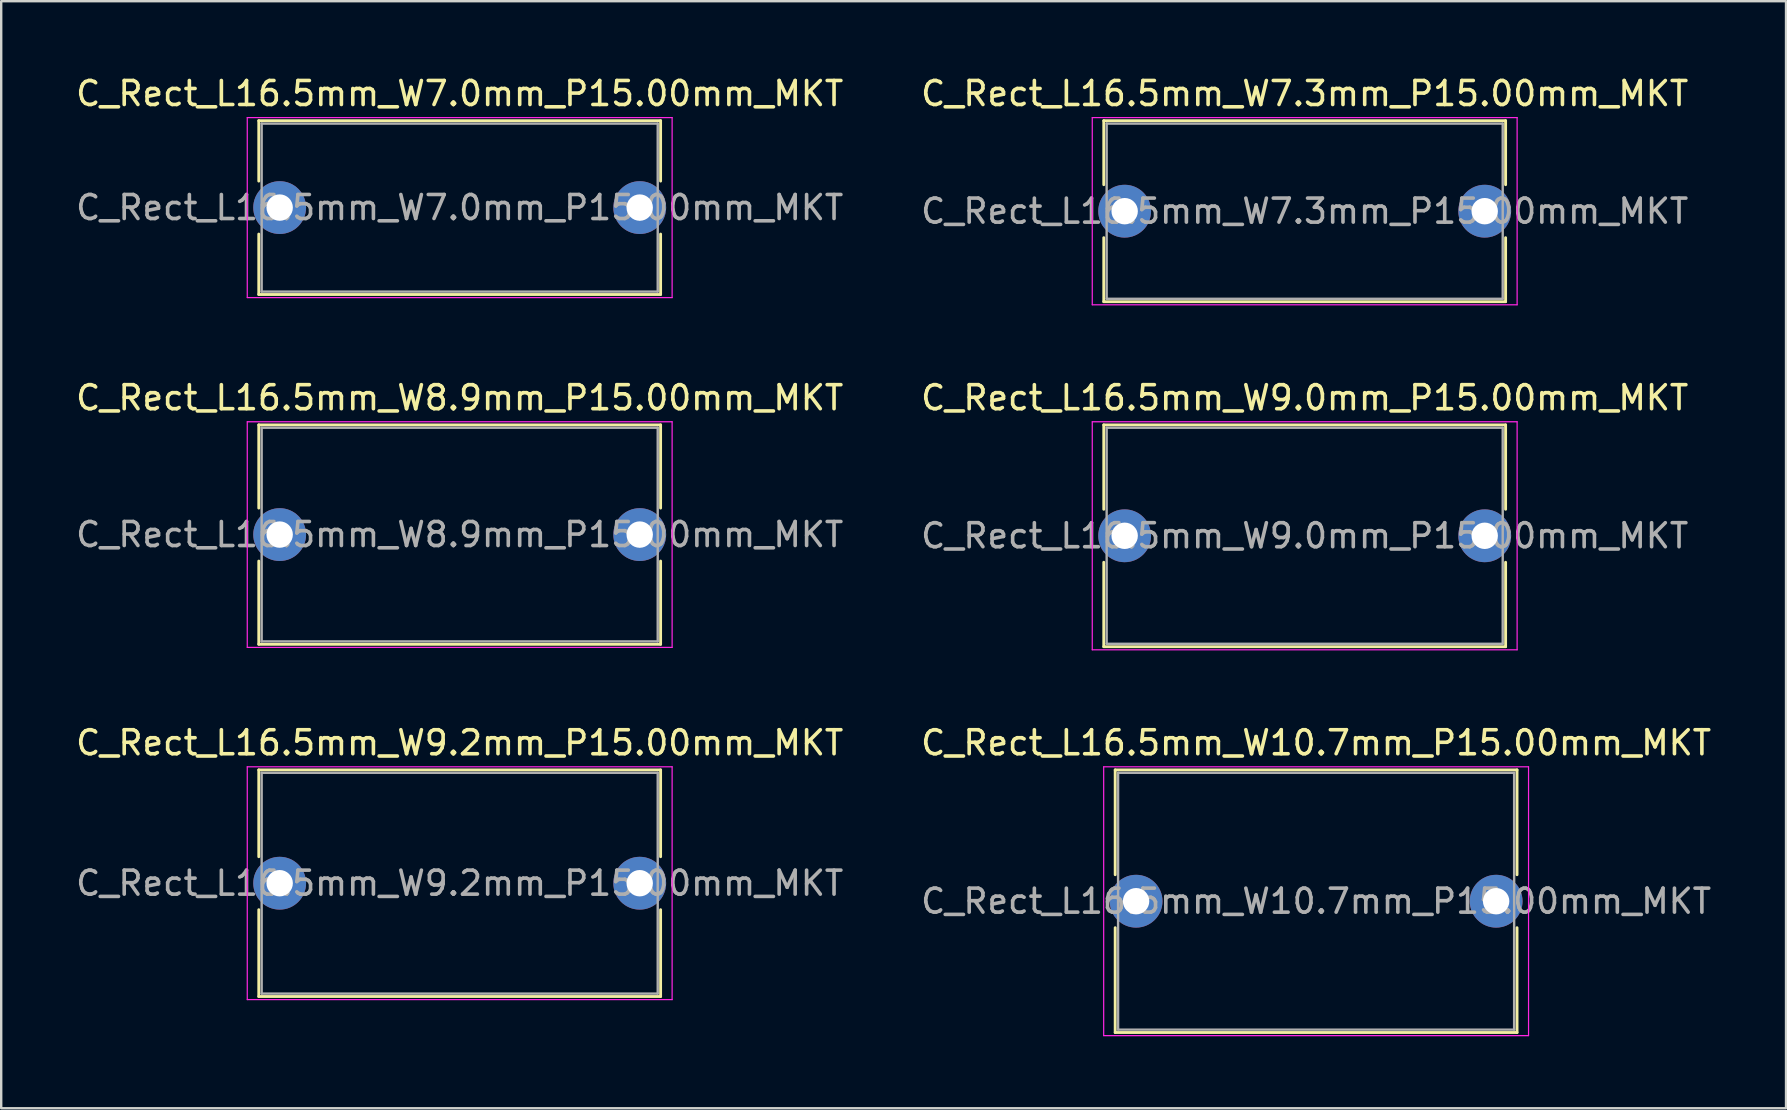
<source format=kicad_pcb>
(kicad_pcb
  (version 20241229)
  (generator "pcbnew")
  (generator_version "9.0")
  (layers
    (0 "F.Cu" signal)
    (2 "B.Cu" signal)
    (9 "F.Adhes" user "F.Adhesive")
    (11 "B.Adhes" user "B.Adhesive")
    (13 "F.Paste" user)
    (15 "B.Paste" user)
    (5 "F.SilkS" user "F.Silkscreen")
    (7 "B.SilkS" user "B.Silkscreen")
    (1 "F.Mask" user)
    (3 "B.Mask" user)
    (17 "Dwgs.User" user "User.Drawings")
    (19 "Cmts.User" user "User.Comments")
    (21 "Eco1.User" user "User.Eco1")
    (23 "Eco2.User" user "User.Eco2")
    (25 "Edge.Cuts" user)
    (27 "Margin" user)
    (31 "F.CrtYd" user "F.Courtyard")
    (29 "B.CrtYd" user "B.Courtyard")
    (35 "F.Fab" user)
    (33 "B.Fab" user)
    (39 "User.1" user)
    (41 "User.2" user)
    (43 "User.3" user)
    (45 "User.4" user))
  (footprint "C_Rect_L16.5mm_W7.3mm_P15.00mm_MKT"
    (layer "F.Cu")
    (at 43.804 5.748)
    (property "Reference" "C_Rect_L16.5mm_W7.3mm_P15.00mm_MKT" (at 7.5 -4.9 0) (layer "F.SilkS") (effects (font (size 1 1) (thickness 0.15))))
    (attr through_hole)
    (fp_line (start -0.87 -3.77) (end -0.87 -1.104) (stroke (width 0.12) (type solid)) (layer "F.SilkS"))
    (fp_line (start -0.87 -3.77) (end 15.87 -3.77) (stroke (width 0.12) (type solid)) (layer "F.SilkS"))
    (fp_line (start -0.87 1.104) (end -0.87 3.77) (stroke (width 0.12) (type solid)) (layer "F.SilkS"))
    (fp_line (start -0.87 3.77) (end 15.87 3.77) (stroke (width 0.12) (type solid)) (layer "F.SilkS"))
    (fp_line (start 15.87 -3.77) (end 15.87 -1.104) (stroke (width 0.12) (type solid)) (layer "F.SilkS"))
    (fp_line (start 15.87 1.104) (end 15.87 3.77) (stroke (width 0.12) (type solid)) (layer "F.SilkS"))
    (fp_line (start -1.35 -3.9) (end -1.35 3.9) (stroke (width 0.05) (type solid)) (layer "F.CrtYd"))
    (fp_line (start -1.35 3.9) (end 16.35 3.9) (stroke (width 0.05) (type solid)) (layer "F.CrtYd"))
    (fp_line (start 16.35 -3.9) (end -1.35 -3.9) (stroke (width 0.05) (type solid)) (layer "F.CrtYd"))
    (fp_line (start 16.35 3.9) (end 16.35 -3.9) (stroke (width 0.05) (type solid)) (layer "F.CrtYd"))
    (fp_line (start -0.75 -3.65) (end -0.75 3.65) (stroke (width 0.1) (type solid)) (layer "F.Fab"))
    (fp_line (start -0.75 3.65) (end 15.75 3.65) (stroke (width 0.1) (type solid)) (layer "F.Fab"))
    (fp_line (start 15.75 -3.65) (end -0.75 -3.65) (stroke (width 0.1) (type solid)) (layer "F.Fab"))
    (fp_line (start 15.75 3.65) (end 15.75 -3.65) (stroke (width 0.1) (type solid)) (layer "F.Fab"))
    (fp_text user "${REFERENCE}" (at 7.5 0 0) (layer "F.Fab") (effects (font (size 1 1) (thickness 0.15))))
    (pad "1" thru_hole circle (at 0 0) (size 2.2 2.2) (drill 1.1) (layers "*.Cu" "*.Mask"))
    (pad "2" thru_hole circle (at 15 0) (size 2.2 2.2) (drill 1.1) (layers "*.Cu" "*.Mask")))
  (footprint "C_Rect_L16.5mm_W9.2mm_P15.00mm_MKT"
    (layer "F.Cu")
    (at 8.601 33.745)
    (property "Reference" "C_Rect_L16.5mm_W9.2mm_P15.00mm_MKT" (at 7.5 -5.85 0) (layer "F.SilkS") (effects (font (size 1 1) (thickness 0.15))))
    (attr through_hole)
    (fp_line (start -0.87 -4.72) (end -0.87 -1.104) (stroke (width 0.12) (type solid)) (layer "F.SilkS"))
    (fp_line (start -0.87 -4.72) (end 15.87 -4.72) (stroke (width 0.12) (type solid)) (layer "F.SilkS"))
    (fp_line (start -0.87 1.104) (end -0.87 4.72) (stroke (width 0.12) (type solid)) (layer "F.SilkS"))
    (fp_line (start -0.87 4.72) (end 15.87 4.72) (stroke (width 0.12) (type solid)) (layer "F.SilkS"))
    (fp_line (start 15.87 -4.72) (end 15.87 -1.104) (stroke (width 0.12) (type solid)) (layer "F.SilkS"))
    (fp_line (start 15.87 1.104) (end 15.87 4.72) (stroke (width 0.12) (type solid)) (layer "F.SilkS"))
    (fp_line (start -1.35 -4.85) (end -1.35 4.85) (stroke (width 0.05) (type solid)) (layer "F.CrtYd"))
    (fp_line (start -1.35 4.85) (end 16.35 4.85) (stroke (width 0.05) (type solid)) (layer "F.CrtYd"))
    (fp_line (start 16.35 -4.85) (end -1.35 -4.85) (stroke (width 0.05) (type solid)) (layer "F.CrtYd"))
    (fp_line (start 16.35 4.85) (end 16.35 -4.85) (stroke (width 0.05) (type solid)) (layer "F.CrtYd"))
    (fp_line (start -0.75 -4.6) (end -0.75 4.6) (stroke (width 0.1) (type solid)) (layer "F.Fab"))
    (fp_line (start -0.75 4.6) (end 15.75 4.6) (stroke (width 0.1) (type solid)) (layer "F.Fab"))
    (fp_line (start 15.75 -4.6) (end -0.75 -4.6) (stroke (width 0.1) (type solid)) (layer "F.Fab"))
    (fp_line (start 15.75 4.6) (end 15.75 -4.6) (stroke (width 0.1) (type solid)) (layer "F.Fab"))
    (fp_text user "${REFERENCE}" (at 7.5 0 0) (layer "F.Fab") (effects (font (size 1 1) (thickness 0.15))))
    (pad "1" thru_hole circle (at 0 0) (size 2.2 2.2) (drill 1.1) (layers "*.Cu" "*.Mask"))
    (pad "2" thru_hole circle (at 15 0) (size 2.2 2.2) (drill 1.1) (layers "*.Cu" "*.Mask")))
  (footprint "C_Rect_L16.5mm_W7.0mm_P15.00mm_MKT"
    (layer "F.Cu")
    (at 8.601 5.598)
    (property "Reference" "C_Rect_L16.5mm_W7.0mm_P15.00mm_MKT" (at 7.5 -4.75 0) (layer "F.SilkS") (effects (font (size 1 1) (thickness 0.15))))
    (attr through_hole)
    (fp_line (start -0.87 -3.62) (end -0.87 -1.104) (stroke (width 0.12) (type solid)) (layer "F.SilkS"))
    (fp_line (start -0.87 -3.62) (end 15.87 -3.62) (stroke (width 0.12) (type solid)) (layer "F.SilkS"))
    (fp_line (start -0.87 1.104) (end -0.87 3.62) (stroke (width 0.12) (type solid)) (layer "F.SilkS"))
    (fp_line (start -0.87 3.62) (end 15.87 3.62) (stroke (width 0.12) (type solid)) (layer "F.SilkS"))
    (fp_line (start 15.87 -3.62) (end 15.87 -1.104) (stroke (width 0.12) (type solid)) (layer "F.SilkS"))
    (fp_line (start 15.87 1.104) (end 15.87 3.62) (stroke (width 0.12) (type solid)) (layer "F.SilkS"))
    (fp_line (start -1.35 -3.75) (end -1.35 3.75) (stroke (width 0.05) (type solid)) (layer "F.CrtYd"))
    (fp_line (start -1.35 3.75) (end 16.35 3.75) (stroke (width 0.05) (type solid)) (layer "F.CrtYd"))
    (fp_line (start 16.35 -3.75) (end -1.35 -3.75) (stroke (width 0.05) (type solid)) (layer "F.CrtYd"))
    (fp_line (start 16.35 3.75) (end 16.35 -3.75) (stroke (width 0.05) (type solid)) (layer "F.CrtYd"))
    (fp_line (start -0.75 -3.5) (end -0.75 3.5) (stroke (width 0.1) (type solid)) (layer "F.Fab"))
    (fp_line (start -0.75 3.5) (end 15.75 3.5) (stroke (width 0.1) (type solid)) (layer "F.Fab"))
    (fp_line (start 15.75 -3.5) (end -0.75 -3.5) (stroke (width 0.1) (type solid)) (layer "F.Fab"))
    (fp_line (start 15.75 3.5) (end 15.75 -3.5) (stroke (width 0.1) (type solid)) (layer "F.Fab"))
    (fp_text user "${REFERENCE}" (at 7.5 0 0) (layer "F.Fab") (effects (font (size 1 1) (thickness 0.15))))
    (pad "1" thru_hole circle (at 0 0) (size 2.2 2.2) (drill 1.1) (layers "*.Cu" "*.Mask"))
    (pad "2" thru_hole circle (at 15 0) (size 2.2 2.2) (drill 1.1) (layers "*.Cu" "*.Mask")))
  (footprint "C_Rect_L16.5mm_W10.7mm_P15.00mm_MKT"
    (layer "F.Cu")
    (at 44.28 34.495)
    (property "Reference" "C_Rect_L16.5mm_W10.7mm_P15.00mm_MKT" (at 7.5 -6.6 0) (layer "F.SilkS") (effects (font (size 1 1) (thickness 0.15))))
    (attr through_hole)
    (fp_line (start -0.87 -5.47) (end -0.87 -1.104) (stroke (width 0.12) (type solid)) (layer "F.SilkS"))
    (fp_line (start -0.87 -5.47) (end 15.87 -5.47) (stroke (width 0.12) (type solid)) (layer "F.SilkS"))
    (fp_line (start -0.87 1.104) (end -0.87 5.47) (stroke (width 0.12) (type solid)) (layer "F.SilkS"))
    (fp_line (start -0.87 5.47) (end 15.87 5.47) (stroke (width 0.12) (type solid)) (layer "F.SilkS"))
    (fp_line (start 15.87 -5.47) (end 15.87 -1.104) (stroke (width 0.12) (type solid)) (layer "F.SilkS"))
    (fp_line (start 15.87 1.104) (end 15.87 5.47) (stroke (width 0.12) (type solid)) (layer "F.SilkS"))
    (fp_line (start -1.35 -5.6) (end -1.35 5.6) (stroke (width 0.05) (type solid)) (layer "F.CrtYd"))
    (fp_line (start -1.35 5.6) (end 16.35 5.6) (stroke (width 0.05) (type solid)) (layer "F.CrtYd"))
    (fp_line (start 16.35 -5.6) (end -1.35 -5.6) (stroke (width 0.05) (type solid)) (layer "F.CrtYd"))
    (fp_line (start 16.35 5.6) (end 16.35 -5.6) (stroke (width 0.05) (type solid)) (layer "F.CrtYd"))
    (fp_line (start -0.75 -5.35) (end -0.75 5.35) (stroke (width 0.1) (type solid)) (layer "F.Fab"))
    (fp_line (start -0.75 5.35) (end 15.75 5.35) (stroke (width 0.1) (type solid)) (layer "F.Fab"))
    (fp_line (start 15.75 -5.35) (end -0.75 -5.35) (stroke (width 0.1) (type solid)) (layer "F.Fab"))
    (fp_line (start 15.75 5.35) (end 15.75 -5.35) (stroke (width 0.1) (type solid)) (layer "F.Fab"))
    (fp_text user "${REFERENCE}" (at 7.5 0 0) (layer "F.Fab") (effects (font (size 1 1) (thickness 0.15))))
    (pad "1" thru_hole circle (at 0 0) (size 2.2 2.2) (drill 1.1) (layers "*.Cu" "*.Mask"))
    (pad "2" thru_hole circle (at 15 0) (size 2.2 2.2) (drill 1.1) (layers "*.Cu" "*.Mask")))
  (footprint "C_Rect_L16.5mm_W9.0mm_P15.00mm_MKT"
    (layer "F.Cu")
    (at 43.804 19.271)
    (property "Reference" "C_Rect_L16.5mm_W9.0mm_P15.00mm_MKT" (at 7.5 -5.75 0) (layer "F.SilkS") (effects (font (size 1 1) (thickness 0.15))))
    (attr through_hole)
    (fp_line (start -0.87 -4.62) (end -0.87 -1.104) (stroke (width 0.12) (type solid)) (layer "F.SilkS"))
    (fp_line (start -0.87 -4.62) (end 15.87 -4.62) (stroke (width 0.12) (type solid)) (layer "F.SilkS"))
    (fp_line (start -0.87 1.104) (end -0.87 4.62) (stroke (width 0.12) (type solid)) (layer "F.SilkS"))
    (fp_line (start -0.87 4.62) (end 15.87 4.62) (stroke (width 0.12) (type solid)) (layer "F.SilkS"))
    (fp_line (start 15.87 -4.62) (end 15.87 -1.104) (stroke (width 0.12) (type solid)) (layer "F.SilkS"))
    (fp_line (start 15.87 1.104) (end 15.87 4.62) (stroke (width 0.12) (type solid)) (layer "F.SilkS"))
    (fp_line (start -1.35 -4.75) (end -1.35 4.75) (stroke (width 0.05) (type solid)) (layer "F.CrtYd"))
    (fp_line (start -1.35 4.75) (end 16.35 4.75) (stroke (width 0.05) (type solid)) (layer "F.CrtYd"))
    (fp_line (start 16.35 -4.75) (end -1.35 -4.75) (stroke (width 0.05) (type solid)) (layer "F.CrtYd"))
    (fp_line (start 16.35 4.75) (end 16.35 -4.75) (stroke (width 0.05) (type solid)) (layer "F.CrtYd"))
    (fp_line (start -0.75 -4.5) (end -0.75 4.5) (stroke (width 0.1) (type solid)) (layer "F.Fab"))
    (fp_line (start -0.75 4.5) (end 15.75 4.5) (stroke (width 0.1) (type solid)) (layer "F.Fab"))
    (fp_line (start 15.75 -4.5) (end -0.75 -4.5) (stroke (width 0.1) (type solid)) (layer "F.Fab"))
    (fp_line (start 15.75 4.5) (end 15.75 -4.5) (stroke (width 0.1) (type solid)) (layer "F.Fab"))
    (fp_text user "${REFERENCE}" (at 7.5 0 0) (layer "F.Fab") (effects (font (size 1 1) (thickness 0.15))))
    (pad "1" thru_hole circle (at 0 0) (size 2.2 2.2) (drill 1.1) (layers "*.Cu" "*.Mask"))
    (pad "2" thru_hole circle (at 15 0) (size 2.2 2.2) (drill 1.1) (layers "*.Cu" "*.Mask")))
  (footprint "C_Rect_L16.5mm_W8.9mm_P15.00mm_MKT"
    (layer "F.Cu")
    (at 8.601 19.221)
    (property "Reference" "C_Rect_L16.5mm_W8.9mm_P15.00mm_MKT" (at 7.5 -5.7 0) (layer "F.SilkS") (effects (font (size 1 1) (thickness 0.15))))
    (attr through_hole)
    (fp_line (start -0.87 -4.57) (end -0.87 -1.104) (stroke (width 0.12) (type solid)) (layer "F.SilkS"))
    (fp_line (start -0.87 -4.57) (end 15.87 -4.57) (stroke (width 0.12) (type solid)) (layer "F.SilkS"))
    (fp_line (start -0.87 1.104) (end -0.87 4.57) (stroke (width 0.12) (type solid)) (layer "F.SilkS"))
    (fp_line (start -0.87 4.57) (end 15.87 4.57) (stroke (width 0.12) (type solid)) (layer "F.SilkS"))
    (fp_line (start 15.87 -4.57) (end 15.87 -1.104) (stroke (width 0.12) (type solid)) (layer "F.SilkS"))
    (fp_line (start 15.87 1.104) (end 15.87 4.57) (stroke (width 0.12) (type solid)) (layer "F.SilkS"))
    (fp_line (start -1.35 -4.7) (end -1.35 4.7) (stroke (width 0.05) (type solid)) (layer "F.CrtYd"))
    (fp_line (start -1.35 4.7) (end 16.35 4.7) (stroke (width 0.05) (type solid)) (layer "F.CrtYd"))
    (fp_line (start 16.35 -4.7) (end -1.35 -4.7) (stroke (width 0.05) (type solid)) (layer "F.CrtYd"))
    (fp_line (start 16.35 4.7) (end 16.35 -4.7) (stroke (width 0.05) (type solid)) (layer "F.CrtYd"))
    (fp_line (start -0.75 -4.45) (end -0.75 4.45) (stroke (width 0.1) (type solid)) (layer "F.Fab"))
    (fp_line (start -0.75 4.45) (end 15.75 4.45) (stroke (width 0.1) (type solid)) (layer "F.Fab"))
    (fp_line (start 15.75 -4.45) (end -0.75 -4.45) (stroke (width 0.1) (type solid)) (layer "F.Fab"))
    (fp_line (start 15.75 4.45) (end 15.75 -4.45) (stroke (width 0.1) (type solid)) (layer "F.Fab"))
    (fp_text user "${REFERENCE}" (at 7.5 0 0) (layer "F.Fab") (effects (font (size 1 1) (thickness 0.15))))
    (pad "1" thru_hole circle (at 0 0) (size 2.2 2.2) (drill 1.1) (layers "*.Cu" "*.Mask"))
    (pad "2" thru_hole circle (at 15 0) (size 2.2 2.2) (drill 1.1) (layers "*.Cu" "*.Mask")))
  (gr_rect
    (start -3 -3)
    (end 71.357 43.12)
    (stroke (width 0.1) (type default))
    (fill no)
    (layer "Edge.Cuts")))
</source>
